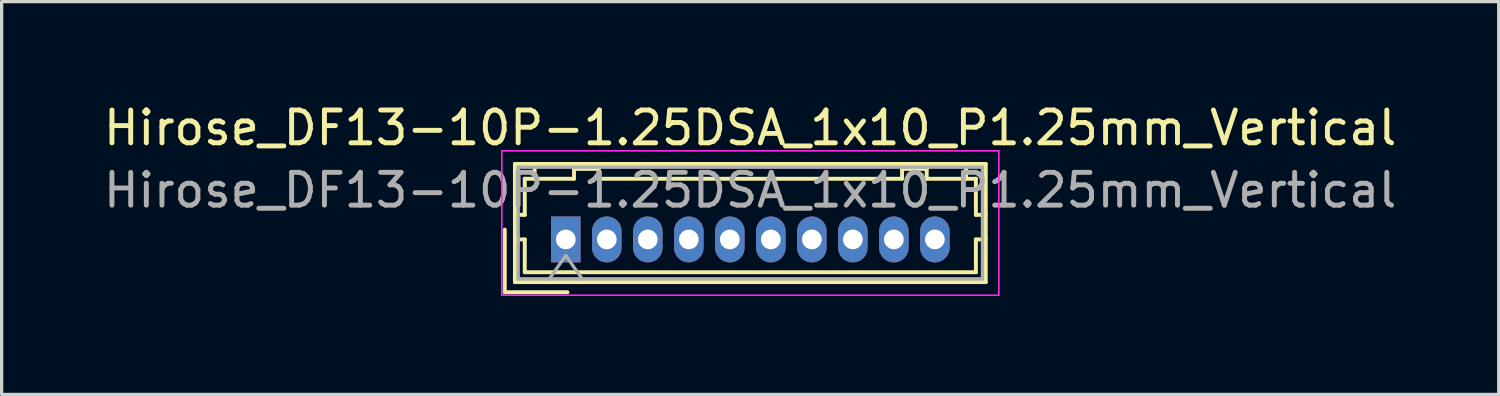
<source format=kicad_pcb>
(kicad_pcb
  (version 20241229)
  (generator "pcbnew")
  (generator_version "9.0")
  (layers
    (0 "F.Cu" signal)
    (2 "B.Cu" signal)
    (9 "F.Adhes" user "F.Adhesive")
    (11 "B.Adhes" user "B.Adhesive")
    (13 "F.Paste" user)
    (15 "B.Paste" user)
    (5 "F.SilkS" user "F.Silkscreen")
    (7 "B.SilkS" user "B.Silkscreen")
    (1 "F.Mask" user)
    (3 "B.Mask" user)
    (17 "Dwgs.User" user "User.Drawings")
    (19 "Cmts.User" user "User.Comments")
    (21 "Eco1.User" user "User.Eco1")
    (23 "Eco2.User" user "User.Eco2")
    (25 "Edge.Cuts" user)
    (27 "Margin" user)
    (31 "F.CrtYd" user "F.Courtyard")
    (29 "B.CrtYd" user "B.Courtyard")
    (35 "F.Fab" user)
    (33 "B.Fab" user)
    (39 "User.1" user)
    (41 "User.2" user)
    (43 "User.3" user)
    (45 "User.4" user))
  (footprint "Hirose_DF13-10P-1.25DSA_1x10_P1.25mm_Vertical"
    (layer "F.Cu")
    (at 14.195 4.248)
    (property "Reference" "Hirose_DF13-10P-1.25DSA_1x10_P1.25mm_Vertical" (at 5.62 -3.4 0) (layer "F.SilkS") (effects (font (size 1 1) (thickness 0.15))))
    (attr through_hole)
    (fp_line (start -1.86 -0.3) (end -1.86 1.61) (stroke (width 0.12) (type solid)) (layer "F.SilkS"))
    (fp_line (start -1.86 1.61) (end 0.05 1.61) (stroke (width 0.12) (type solid)) (layer "F.SilkS"))
    (fp_line (start -1.55 -2.3) (end -1.55 1.3) (stroke (width 0.12) (type solid)) (layer "F.SilkS"))
    (fp_line (start -1.55 -0.75) (end -1.25 -0.75) (stroke (width 0.12) (type solid)) (layer "F.SilkS"))
    (fp_line (start -1.55 0) (end -1.25 0) (stroke (width 0.12) (type solid)) (layer "F.SilkS"))
    (fp_line (start -1.55 1.3) (end 12.8 1.3) (stroke (width 0.12) (type solid)) (layer "F.SilkS"))
    (fp_line (start -1.25 -1.85) (end -0.95 -1.85) (stroke (width 0.12) (type solid)) (layer "F.SilkS"))
    (fp_line (start -1.25 -0.75) (end -1.25 -1.85) (stroke (width 0.12) (type solid)) (layer "F.SilkS"))
    (fp_line (start -1.25 0) (end -1.25 1) (stroke (width 0.12) (type solid)) (layer "F.SilkS"))
    (fp_line (start -1.25 1) (end 12.5 1) (stroke (width 0.12) (type solid)) (layer "F.SilkS"))
    (fp_line (start -0.95 -1.85) (end -0.95 -2.3) (stroke (width 0.12) (type solid)) (layer "F.SilkS"))
    (fp_line (start -0.95 -1.85) (end 0.25 -1.85) (stroke (width 0.12) (type solid)) (layer "F.SilkS"))
    (fp_line (start 0.25 -2.15) (end 1 -2.15) (stroke (width 0.12) (type solid)) (layer "F.SilkS"))
    (fp_line (start 0.25 -1.85) (end 0.25 -2.15) (stroke (width 0.12) (type solid)) (layer "F.SilkS"))
    (fp_line (start 1 -2.15) (end 1 -1.85) (stroke (width 0.12) (type solid)) (layer "F.SilkS"))
    (fp_line (start 1 -1.85) (end 10.25 -1.85) (stroke (width 0.12) (type solid)) (layer "F.SilkS"))
    (fp_line (start 10.25 -2.15) (end 11 -2.15) (stroke (width 0.12) (type solid)) (layer "F.SilkS"))
    (fp_line (start 10.25 -1.85) (end 10.25 -2.15) (stroke (width 0.12) (type solid)) (layer "F.SilkS"))
    (fp_line (start 11 -2.15) (end 11 -1.85) (stroke (width 0.12) (type solid)) (layer "F.SilkS"))
    (fp_line (start 11 -1.85) (end 12.2 -1.85) (stroke (width 0.12) (type solid)) (layer "F.SilkS"))
    (fp_line (start 12.2 -1.85) (end 12.2 -2.3) (stroke (width 0.12) (type solid)) (layer "F.SilkS"))
    (fp_line (start 12.5 -1.85) (end 12.2 -1.85) (stroke (width 0.12) (type solid)) (layer "F.SilkS"))
    (fp_line (start 12.5 -0.75) (end 12.5 -1.85) (stroke (width 0.12) (type solid)) (layer "F.SilkS"))
    (fp_line (start 12.5 0) (end 12.8 0) (stroke (width 0.12) (type solid)) (layer "F.SilkS"))
    (fp_line (start 12.5 1) (end 12.5 0) (stroke (width 0.12) (type solid)) (layer "F.SilkS"))
    (fp_line (start 12.8 -2.3) (end -1.55 -2.3) (stroke (width 0.12) (type solid)) (layer "F.SilkS"))
    (fp_line (start 12.8 -0.75) (end 12.5 -0.75) (stroke (width 0.12) (type solid)) (layer "F.SilkS"))
    (fp_line (start 12.8 1.3) (end 12.8 -2.3) (stroke (width 0.12) (type solid)) (layer "F.SilkS"))
    (fp_line (start -1.95 -2.7) (end -1.95 1.7) (stroke (width 0.05) (type solid)) (layer "F.CrtYd"))
    (fp_line (start -1.95 1.7) (end 13.2 1.7) (stroke (width 0.05) (type solid)) (layer "F.CrtYd"))
    (fp_line (start 13.2 -2.7) (end -1.95 -2.7) (stroke (width 0.05) (type solid)) (layer "F.CrtYd"))
    (fp_line (start 13.2 1.7) (end 13.2 -2.7) (stroke (width 0.05) (type solid)) (layer "F.CrtYd"))
    (fp_line (start -1.45 -2.2) (end -1.45 1.2) (stroke (width 0.1) (type solid)) (layer "F.Fab"))
    (fp_line (start -1.45 1.2) (end 12.7 1.2) (stroke (width 0.1) (type solid)) (layer "F.Fab"))
    (fp_line (start -0.5 1.2) (end 0 0.493) (stroke (width 0.1) (type solid)) (layer "F.Fab"))
    (fp_line (start 0 0.493) (end 0.5 1.2) (stroke (width 0.1) (type solid)) (layer "F.Fab"))
    (fp_line (start 12.7 -2.2) (end -1.45 -2.2) (stroke (width 0.1) (type solid)) (layer "F.Fab"))
    (fp_line (start 12.7 1.2) (end 12.7 -2.2) (stroke (width 0.1) (type solid)) (layer "F.Fab"))
    (fp_text user "${REFERENCE}" (at 5.62 -1.5 0) (layer "F.Fab") (effects (font (size 1 1) (thickness 0.15))))
    (pad "1" thru_hole rect (at 0 0) (size 0.9 1.4) (drill 0.6) (layers "*.Cu" "*.Mask"))
    (pad "2" thru_hole oval (at 1.25 0) (size 0.9 1.4) (drill 0.6) (layers "*.Cu" "*.Mask"))
    (pad "3" thru_hole oval (at 2.5 0) (size 0.9 1.4) (drill 0.6) (layers "*.Cu" "*.Mask"))
    (pad "4" thru_hole oval (at 3.75 0) (size 0.9 1.4) (drill 0.6) (layers "*.Cu" "*.Mask"))
    (pad "5" thru_hole oval (at 5 0) (size 0.9 1.4) (drill 0.6) (layers "*.Cu" "*.Mask"))
    (pad "6" thru_hole oval (at 6.25 0) (size 0.9 1.4) (drill 0.6) (layers "*.Cu" "*.Mask"))
    (pad "7" thru_hole oval (at 7.5 0) (size 0.9 1.4) (drill 0.6) (layers "*.Cu" "*.Mask"))
    (pad "8" thru_hole oval (at 8.75 0) (size 0.9 1.4) (drill 0.6) (layers "*.Cu" "*.Mask"))
    (pad "9" thru_hole oval (at 10 0) (size 0.9 1.4) (drill 0.6) (layers "*.Cu" "*.Mask"))
    (pad "10" thru_hole oval (at 11.25 0) (size 0.9 1.4) (drill 0.6) (layers "*.Cu" "*.Mask")))
  (gr_rect
    (start -3 -3)
    (end 42.631 8.973)
    (stroke (width 0.1) (type default))
    (fill no)
    (layer "Edge.Cuts")))
</source>
